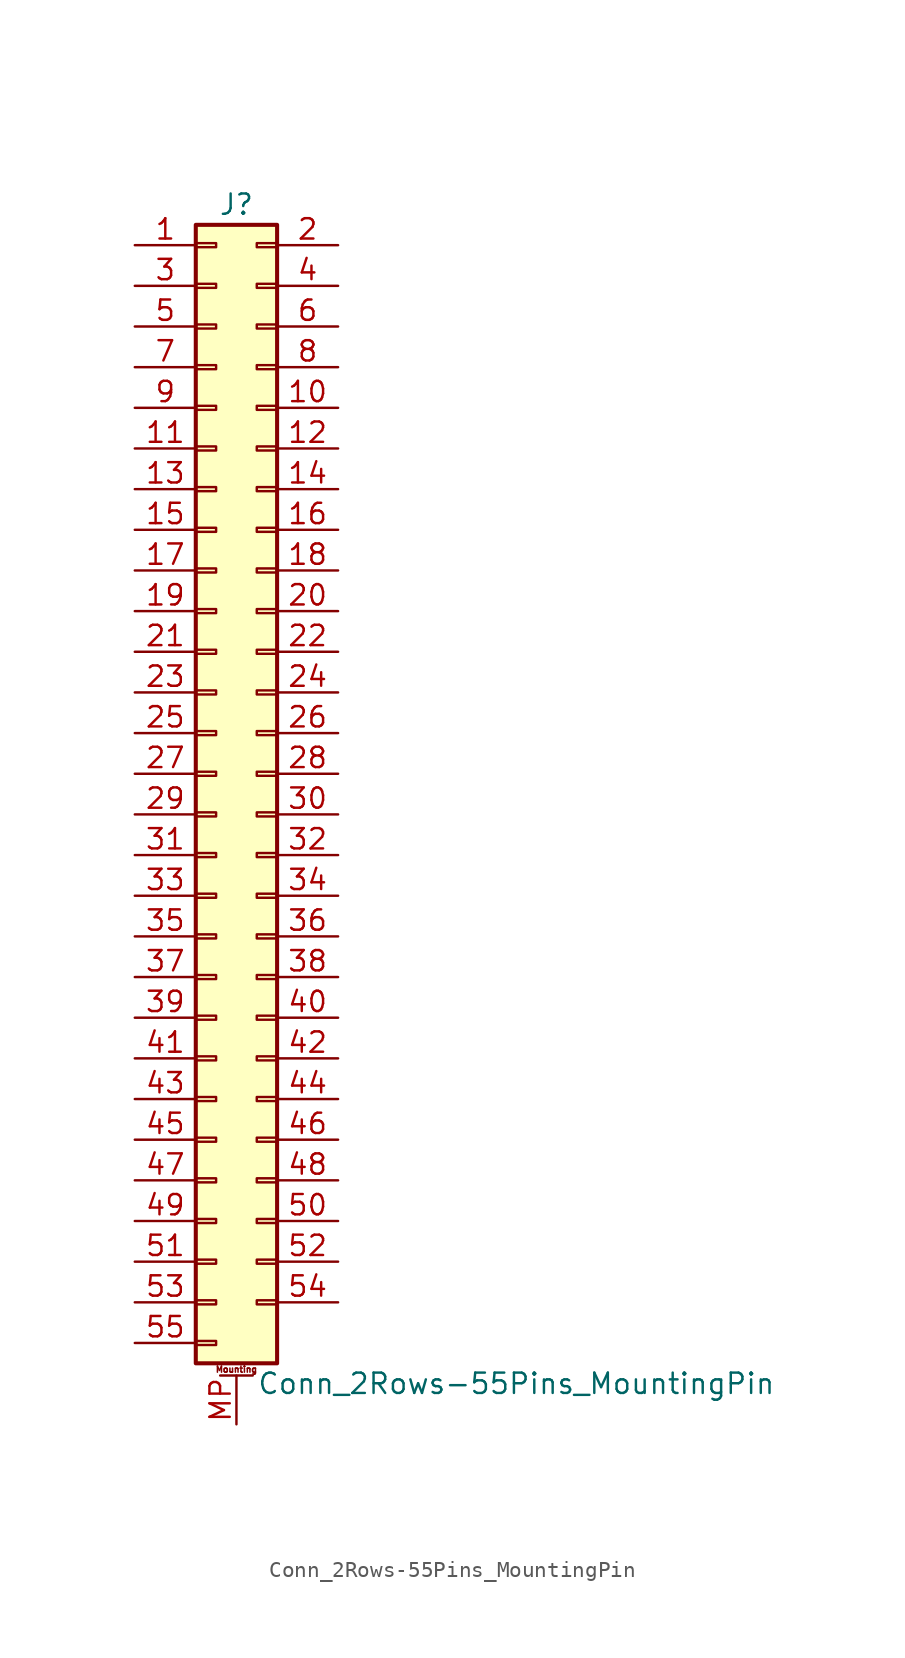
<source format=kicad_sym>
(kicad_symbol_lib
  (version 20220914)
  (generator kicad_symbol_editor)
  (symbol "Conn_2Rows-55Pins_MountingPin"
    (pin_names
      (offset 1.016) hide)
    (property "Reference" "J"
      (at 1.27 35.56 0)
      (effects (font (size 1.27 1.27))))
    (property "Value" "Conn_2Rows-55Pins_MountingPin"
      (at 2.54 -38.1 0)
      (effects (font (size 1.27 1.27)) (justify left)))
    (symbol "Conn_2Rows-55Pins_MountingPin_1_1"
      (rectangle (start -1.27 -35.433) (end 0 -35.687) (stroke (width 0.152) (type default)) (fill (type none)))
      (rectangle (start -1.27 -32.893) (end 0 -33.147) (stroke (width 0.152) (type default)) (fill (type none)))
      (rectangle (start -1.27 -30.353) (end 0 -30.607) (stroke (width 0.152) (type default)) (fill (type none)))
      (rectangle (start -1.27 -27.813) (end 0 -28.067) (stroke (width 0.152) (type default)) (fill (type none)))
      (rectangle (start -1.27 -25.273) (end 0 -25.527) (stroke (width 0.152) (type default)) (fill (type none)))
      (rectangle (start -1.27 -22.733) (end 0 -22.987) (stroke (width 0.152) (type default)) (fill (type none)))
      (rectangle (start -1.27 -20.193) (end 0 -20.447) (stroke (width 0.152) (type default)) (fill (type none)))
      (rectangle (start -1.27 -17.653) (end 0 -17.907) (stroke (width 0.152) (type default)) (fill (type none)))
      (rectangle (start -1.27 -15.113) (end 0 -15.367) (stroke (width 0.152) (type default)) (fill (type none)))
      (rectangle (start -1.27 -12.573) (end 0 -12.827) (stroke (width 0.152) (type default)) (fill (type none)))
      (rectangle (start -1.27 -10.033) (end 0 -10.287) (stroke (width 0.152) (type default)) (fill (type none)))
      (rectangle (start -1.27 -7.493) (end 0 -7.747) (stroke (width 0.152) (type default)) (fill (type none)))
      (rectangle (start -1.27 -4.953) (end 0 -5.207) (stroke (width 0.152) (type default)) (fill (type none)))
      (rectangle (start -1.27 -2.413) (end 0 -2.667) (stroke (width 0.152) (type default)) (fill (type none)))
      (rectangle (start -1.27 0.127) (end 0 -0.127) (stroke (width 0.152) (type default)) (fill (type none)))
      (rectangle (start -1.27 2.667) (end 0 2.413) (stroke (width 0.152) (type default)) (fill (type none)))
      (rectangle (start -1.27 5.207) (end 0 4.953) (stroke (width 0.152) (type default)) (fill (type none)))
      (rectangle (start -1.27 7.747) (end 0 7.493) (stroke (width 0.152) (type default)) (fill (type none)))
      (rectangle (start -1.27 10.287) (end 0 10.033) (stroke (width 0.152) (type default)) (fill (type none)))
      (rectangle (start -1.27 12.827) (end 0 12.573) (stroke (width 0.152) (type default)) (fill (type none)))
      (rectangle (start -1.27 15.367) (end 0 15.113) (stroke (width 0.152) (type default)) (fill (type none)))
      (rectangle (start -1.27 17.907) (end 0 17.653) (stroke (width 0.152) (type default)) (fill (type none)))
      (rectangle (start -1.27 20.447) (end 0 20.193) (stroke (width 0.152) (type default)) (fill (type none)))
      (rectangle (start -1.27 22.987) (end 0 22.733) (stroke (width 0.152) (type default)) (fill (type none)))
      (rectangle (start -1.27 25.527) (end 0 25.273) (stroke (width 0.152) (type default)) (fill (type none)))
      (rectangle (start -1.27 28.067) (end 0 27.813) (stroke (width 0.152) (type default)) (fill (type none)))
      (rectangle (start -1.27 30.607) (end 0 30.353) (stroke (width 0.152) (type default)) (fill (type none)))
      (rectangle (start -1.27 33.147) (end 0 32.893) (stroke (width 0.152) (type default)) (fill (type none)))
      (rectangle (start -1.27 34.29) (end 3.81 -36.83) (stroke (width 0.254) (type default)) (fill (type background)))
      (polyline (pts (xy 0.254 -37.592) (xy 2.286 -37.592)) (stroke (width 0.152) (type default)) (fill (type none)))
      (rectangle (start 3.81 -32.893) (end 2.54 -33.147) (stroke (width 0.152) (type default)) (fill (type none)))
      (rectangle (start 3.81 -30.353) (end 2.54 -30.607) (stroke (width 0.152) (type default)) (fill (type none)))
      (rectangle (start 3.81 -27.813) (end 2.54 -28.067) (stroke (width 0.152) (type default)) (fill (type none)))
      (rectangle (start 3.81 -25.273) (end 2.54 -25.527) (stroke (width 0.152) (type default)) (fill (type none)))
      (rectangle (start 3.81 -22.733) (end 2.54 -22.987) (stroke (width 0.152) (type default)) (fill (type none)))
      (rectangle (start 3.81 -20.193) (end 2.54 -20.447) (stroke (width 0.152) (type default)) (fill (type none)))
      (rectangle (start 3.81 -17.653) (end 2.54 -17.907) (stroke (width 0.152) (type default)) (fill (type none)))
      (rectangle (start 3.81 -15.113) (end 2.54 -15.367) (stroke (width 0.152) (type default)) (fill (type none)))
      (rectangle (start 3.81 -12.573) (end 2.54 -12.827) (stroke (width 0.152) (type default)) (fill (type none)))
      (rectangle (start 3.81 -10.033) (end 2.54 -10.287) (stroke (width 0.152) (type default)) (fill (type none)))
      (rectangle (start 3.81 -7.493) (end 2.54 -7.747) (stroke (width 0.152) (type default)) (fill (type none)))
      (rectangle (start 3.81 -4.953) (end 2.54 -5.207) (stroke (width 0.152) (type default)) (fill (type none)))
      (rectangle (start 3.81 -2.413) (end 2.54 -2.667) (stroke (width 0.152) (type default)) (fill (type none)))
      (rectangle (start 3.81 0.127) (end 2.54 -0.127) (stroke (width 0.152) (type default)) (fill (type none)))
      (rectangle (start 3.81 2.667) (end 2.54 2.413) (stroke (width 0.152) (type default)) (fill (type none)))
      (rectangle (start 3.81 5.207) (end 2.54 4.953) (stroke (width 0.152) (type default)) (fill (type none)))
      (rectangle (start 3.81 7.747) (end 2.54 7.493) (stroke (width 0.152) (type default)) (fill (type none)))
      (rectangle (start 3.81 10.287) (end 2.54 10.033) (stroke (width 0.152) (type default)) (fill (type none)))
      (rectangle (start 3.81 12.827) (end 2.54 12.573) (stroke (width 0.152) (type default)) (fill (type none)))
      (rectangle (start 3.81 15.367) (end 2.54 15.113) (stroke (width 0.152) (type default)) (fill (type none)))
      (rectangle (start 3.81 17.907) (end 2.54 17.653) (stroke (width 0.152) (type default)) (fill (type none)))
      (rectangle (start 3.81 20.447) (end 2.54 20.193) (stroke (width 0.152) (type default)) (fill (type none)))
      (rectangle (start 3.81 22.987) (end 2.54 22.733) (stroke (width 0.152) (type default)) (fill (type none)))
      (rectangle (start 3.81 25.527) (end 2.54 25.273) (stroke (width 0.152) (type default)) (fill (type none)))
      (rectangle (start 3.81 28.067) (end 2.54 27.813) (stroke (width 0.152) (type default)) (fill (type none)))
      (rectangle (start 3.81 30.607) (end 2.54 30.353) (stroke (width 0.152) (type default)) (fill (type none)))
      (rectangle (start 3.81 33.147) (end 2.54 32.893) (stroke (width 0.152) (type default)) (fill (type none)))
      (text "Mounting" (at 1.27 -37.211 0) (effects (font (size 0.381 0.381))))
      (pin passive line (at -5.08 33.02 0) (length 3.81) (name "Pin_1" (effects (font (size 1.27 1.27)))) (number "1" (effects (font (size 1.27 1.27)))))
      (pin passive line (at 7.62 22.86 180) (length 3.81) (name "Pin_10" (effects (font (size 1.27 1.27)))) (number "10" (effects (font (size 1.27 1.27)))))
      (pin passive line (at -5.08 20.32 0) (length 3.81) (name "Pin_11" (effects (font (size 1.27 1.27)))) (number "11" (effects (font (size 1.27 1.27)))))
      (pin passive line (at 7.62 20.32 180) (length 3.81) (name "Pin_12" (effects (font (size 1.27 1.27)))) (number "12" (effects (font (size 1.27 1.27)))))
      (pin passive line (at -5.08 17.78 0) (length 3.81) (name "Pin_13" (effects (font (size 1.27 1.27)))) (number "13" (effects (font (size 1.27 1.27)))))
      (pin passive line (at 7.62 17.78 180) (length 3.81) (name "Pin_14" (effects (font (size 1.27 1.27)))) (number "14" (effects (font (size 1.27 1.27)))))
      (pin passive line (at -5.08 15.24 0) (length 3.81) (name "Pin_15" (effects (font (size 1.27 1.27)))) (number "15" (effects (font (size 1.27 1.27)))))
      (pin passive line (at 7.62 15.24 180) (length 3.81) (name "Pin_16" (effects (font (size 1.27 1.27)))) (number "16" (effects (font (size 1.27 1.27)))))
      (pin passive line (at -5.08 12.7 0) (length 3.81) (name "Pin_17" (effects (font (size 1.27 1.27)))) (number "17" (effects (font (size 1.27 1.27)))))
      (pin passive line (at 7.62 12.7 180) (length 3.81) (name "Pin_18" (effects (font (size 1.27 1.27)))) (number "18" (effects (font (size 1.27 1.27)))))
      (pin passive line (at -5.08 10.16 0) (length 3.81) (name "Pin_19" (effects (font (size 1.27 1.27)))) (number "19" (effects (font (size 1.27 1.27)))))
      (pin passive line (at 7.62 33.02 180) (length 3.81) (name "Pin_2" (effects (font (size 1.27 1.27)))) (number "2" (effects (font (size 1.27 1.27)))))
      (pin passive line (at 7.62 10.16 180) (length 3.81) (name "Pin_20" (effects (font (size 1.27 1.27)))) (number "20" (effects (font (size 1.27 1.27)))))
      (pin passive line (at -5.08 7.62 0) (length 3.81) (name "Pin_21" (effects (font (size 1.27 1.27)))) (number "21" (effects (font (size 1.27 1.27)))))
      (pin passive line (at 7.62 7.62 180) (length 3.81) (name "Pin_22" (effects (font (size 1.27 1.27)))) (number "22" (effects (font (size 1.27 1.27)))))
      (pin passive line (at -5.08 5.08 0) (length 3.81) (name "Pin_23" (effects (font (size 1.27 1.27)))) (number "23" (effects (font (size 1.27 1.27)))))
      (pin passive line (at 7.62 5.08 180) (length 3.81) (name "Pin_24" (effects (font (size 1.27 1.27)))) (number "24" (effects (font (size 1.27 1.27)))))
      (pin passive line (at -5.08 2.54 0) (length 3.81) (name "Pin_25" (effects (font (size 1.27 1.27)))) (number "25" (effects (font (size 1.27 1.27)))))
      (pin passive line (at 7.62 2.54 180) (length 3.81) (name "Pin_26" (effects (font (size 1.27 1.27)))) (number "26" (effects (font (size 1.27 1.27)))))
      (pin passive line (at -5.08 0 0) (length 3.81) (name "Pin_27" (effects (font (size 1.27 1.27)))) (number "27" (effects (font (size 1.27 1.27)))))
      (pin passive line (at 7.62 0 180) (length 3.81) (name "Pin_28" (effects (font (size 1.27 1.27)))) (number "28" (effects (font (size 1.27 1.27)))))
      (pin passive line (at -5.08 -2.54 0) (length 3.81) (name "Pin_29" (effects (font (size 1.27 1.27)))) (number "29" (effects (font (size 1.27 1.27)))))
      (pin passive line (at -5.08 30.48 0) (length 3.81) (name "Pin_3" (effects (font (size 1.27 1.27)))) (number "3" (effects (font (size 1.27 1.27)))))
      (pin passive line (at 7.62 -2.54 180) (length 3.81) (name "Pin_30" (effects (font (size 1.27 1.27)))) (number "30" (effects (font (size 1.27 1.27)))))
      (pin passive line (at -5.08 -5.08 0) (length 3.81) (name "Pin_31" (effects (font (size 1.27 1.27)))) (number "31" (effects (font (size 1.27 1.27)))))
      (pin passive line (at 7.62 -5.08 180) (length 3.81) (name "Pin_32" (effects (font (size 1.27 1.27)))) (number "32" (effects (font (size 1.27 1.27)))))
      (pin passive line (at -5.08 -7.62 0) (length 3.81) (name "Pin_33" (effects (font (size 1.27 1.27)))) (number "33" (effects (font (size 1.27 1.27)))))
      (pin passive line (at 7.62 -7.62 180) (length 3.81) (name "Pin_34" (effects (font (size 1.27 1.27)))) (number "34" (effects (font (size 1.27 1.27)))))
      (pin passive line (at -5.08 -10.16 0) (length 3.81) (name "Pin_35" (effects (font (size 1.27 1.27)))) (number "35" (effects (font (size 1.27 1.27)))))
      (pin passive line (at 7.62 -10.16 180) (length 3.81) (name "Pin_36" (effects (font (size 1.27 1.27)))) (number "36" (effects (font (size 1.27 1.27)))))
      (pin passive line (at -5.08 -12.7 0) (length 3.81) (name "Pin_37" (effects (font (size 1.27 1.27)))) (number "37" (effects (font (size 1.27 1.27)))))
      (pin passive line (at 7.62 -12.7 180) (length 3.81) (name "Pin_38" (effects (font (size 1.27 1.27)))) (number "38" (effects (font (size 1.27 1.27)))))
      (pin passive line (at -5.08 -15.24 0) (length 3.81) (name "Pin_39" (effects (font (size 1.27 1.27)))) (number "39" (effects (font (size 1.27 1.27)))))
      (pin passive line (at 7.62 30.48 180) (length 3.81) (name "Pin_4" (effects (font (size 1.27 1.27)))) (number "4" (effects (font (size 1.27 1.27)))))
      (pin passive line (at 7.62 -15.24 180) (length 3.81) (name "Pin_40" (effects (font (size 1.27 1.27)))) (number "40" (effects (font (size 1.27 1.27)))))
      (pin passive line (at -5.08 -17.78 0) (length 3.81) (name "Pin_41" (effects (font (size 1.27 1.27)))) (number "41" (effects (font (size 1.27 1.27)))))
      (pin passive line (at 7.62 -17.78 180) (length 3.81) (name "Pin_42" (effects (font (size 1.27 1.27)))) (number "42" (effects (font (size 1.27 1.27)))))
      (pin passive line (at -5.08 -20.32 0) (length 3.81) (name "Pin_43" (effects (font (size 1.27 1.27)))) (number "43" (effects (font (size 1.27 1.27)))))
      (pin passive line (at 7.62 -20.32 180) (length 3.81) (name "Pin_44" (effects (font (size 1.27 1.27)))) (number "44" (effects (font (size 1.27 1.27)))))
      (pin passive line (at -5.08 -22.86 0) (length 3.81) (name "Pin_45" (effects (font (size 1.27 1.27)))) (number "45" (effects (font (size 1.27 1.27)))))
      (pin passive line (at 7.62 -22.86 180) (length 3.81) (name "Pin_46" (effects (font (size 1.27 1.27)))) (number "46" (effects (font (size 1.27 1.27)))))
      (pin passive line (at -5.08 -25.4 0) (length 3.81) (name "Pin_47" (effects (font (size 1.27 1.27)))) (number "47" (effects (font (size 1.27 1.27)))))
      (pin passive line (at 7.62 -25.4 180) (length 3.81) (name "Pin_48" (effects (font (size 1.27 1.27)))) (number "48" (effects (font (size 1.27 1.27)))))
      (pin passive line (at -5.08 -27.94 0) (length 3.81) (name "Pin_49" (effects (font (size 1.27 1.27)))) (number "49" (effects (font (size 1.27 1.27)))))
      (pin passive line (at -5.08 27.94 0) (length 3.81) (name "Pin_5" (effects (font (size 1.27 1.27)))) (number "5" (effects (font (size 1.27 1.27)))))
      (pin passive line (at 7.62 -27.94 180) (length 3.81) (name "Pin_50" (effects (font (size 1.27 1.27)))) (number "50" (effects (font (size 1.27 1.27)))))
      (pin passive line (at -5.08 -30.48 0) (length 3.81) (name "Pin_51" (effects (font (size 1.27 1.27)))) (number "51" (effects (font (size 1.27 1.27)))))
      (pin passive line (at 7.62 -30.48 180) (length 3.81) (name "Pin_52" (effects (font (size 1.27 1.27)))) (number "52" (effects (font (size 1.27 1.27)))))
      (pin passive line (at -5.08 -33.02 0) (length 3.81) (name "Pin_53" (effects (font (size 1.27 1.27)))) (number "53" (effects (font (size 1.27 1.27)))))
      (pin passive line (at 7.62 -33.02 180) (length 3.81) (name "Pin_54" (effects (font (size 1.27 1.27)))) (number "54" (effects (font (size 1.27 1.27)))))
      (pin passive line (at -5.08 -35.56 0) (length 3.81) (name "Pin_55" (effects (font (size 1.27 1.27)))) (number "55" (effects (font (size 1.27 1.27)))))
      (pin passive line (at 7.62 27.94 180) (length 3.81) (name "Pin_6" (effects (font (size 1.27 1.27)))) (number "6" (effects (font (size 1.27 1.27)))))
      (pin passive line (at -5.08 25.4 0) (length 3.81) (name "Pin_7" (effects (font (size 1.27 1.27)))) (number "7" (effects (font (size 1.27 1.27)))))
      (pin passive line (at 7.62 25.4 180) (length 3.81) (name "Pin_8" (effects (font (size 1.27 1.27)))) (number "8" (effects (font (size 1.27 1.27)))))
      (pin passive line (at -5.08 22.86 0) (length 3.81) (name "Pin_9" (effects (font (size 1.27 1.27)))) (number "9" (effects (font (size 1.27 1.27)))))
      (pin passive line (at 1.27 -40.64 90) (length 3.048) (name "MountPin" (effects (font (size 1.27 1.27)))) (number "MP" (effects (font (size 1.27 1.27))))))))
</source>
